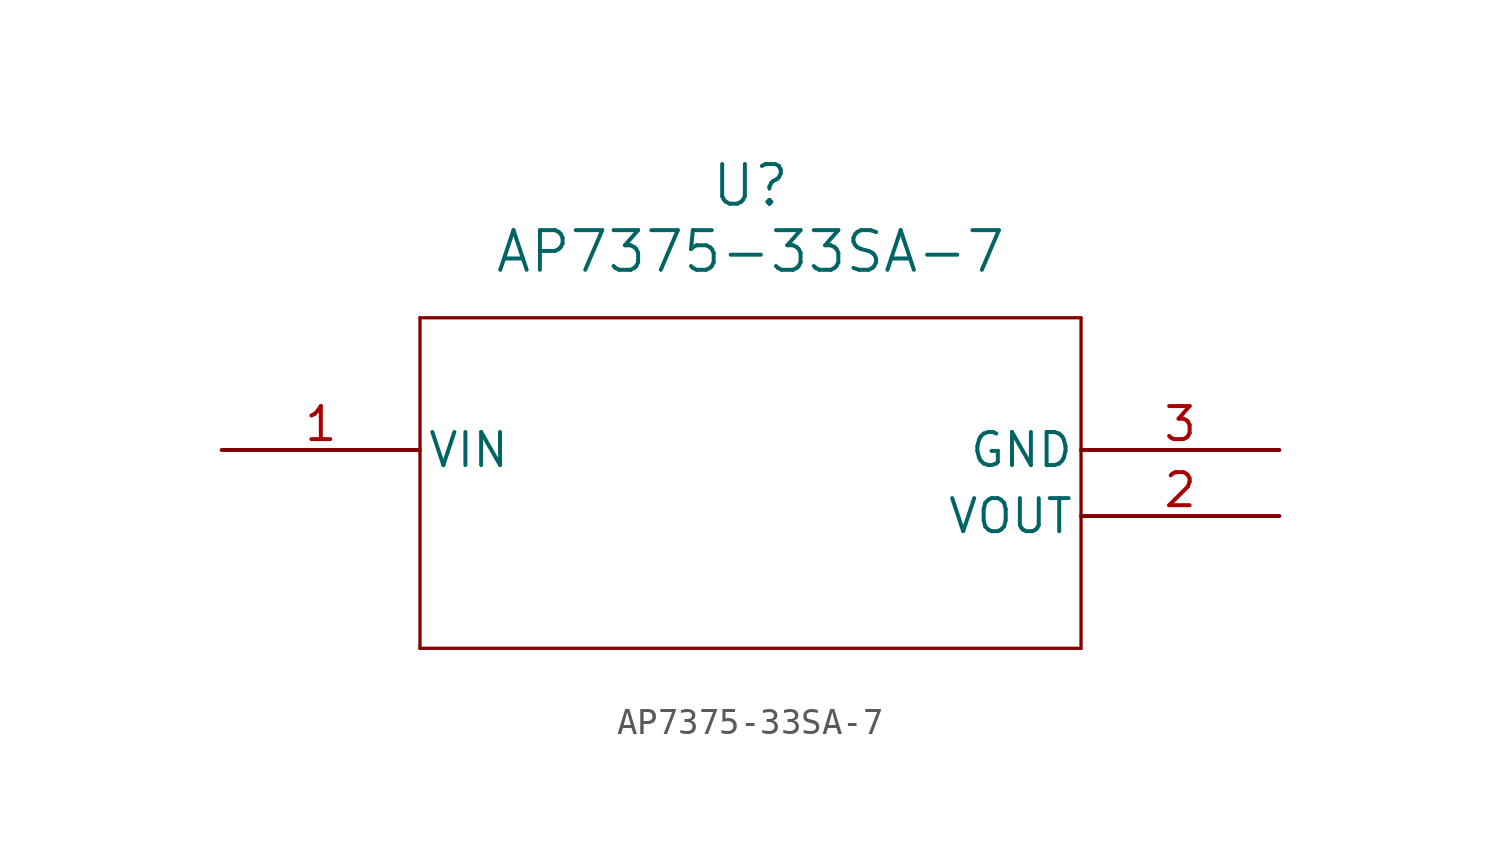
<source format=kicad_sym>
(kicad_symbol_lib
  (version 20211014)
  (generator kicad_symbol_editor)
  (symbol "AP7375-33SA-7"
    (pin_names
      (offset 0.254))
    (property "Reference" "U"
      (at 20.32 10.16 0)
      (effects (font (size 1.524 1.524))))
    (property "Value" "AP7375-33SA-7"
      (at 20.32 7.62 0)
      (effects (font (size 1.524 1.524))))
    (symbol "AP7375-33SA-7_0_1"
      (polyline (pts (xy 7.62 5.08) (xy 7.62 -7.62)) (stroke (width 0.127) (type default) (color 0 0 0 0)) (fill (type none)))
      (polyline (pts (xy 7.62 -7.62) (xy 33.02 -7.62)) (stroke (width 0.127) (type default) (color 0 0 0 0)) (fill (type none)))
      (polyline (pts (xy 33.02 -7.62) (xy 33.02 5.08)) (stroke (width 0.127) (type default) (color 0 0 0 0)) (fill (type none)))
      (polyline (pts (xy 33.02 5.08) (xy 7.62 5.08)) (stroke (width 0.127) (type default) (color 0 0 0 0)) (fill (type none)))
      (pin input line (at 0 0 0) (length 7.62) (name "VIN" (effects (font (size 1.27 1.27)))) (number "1" (effects (font (size 1.27 1.27)))))
      (pin output line (at 40.64 -2.54 180) (length 7.62) (name "VOUT" (effects (font (size 1.27 1.27)))) (number "2" (effects (font (size 1.27 1.27)))))
      (pin power_out line (at 40.64 0 180) (length 7.62) (name "GND" (effects (font (size 1.27 1.27)))) (number "3" (effects (font (size 1.27 1.27))))))))
</source>
